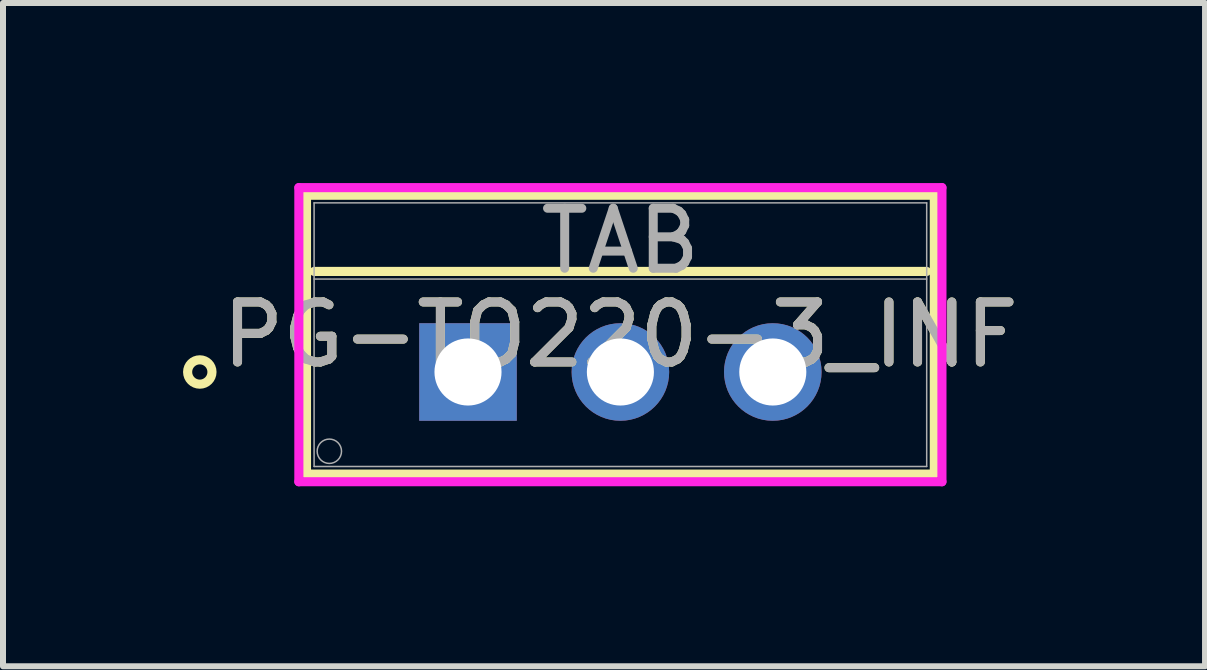
<source format=kicad_pcb>
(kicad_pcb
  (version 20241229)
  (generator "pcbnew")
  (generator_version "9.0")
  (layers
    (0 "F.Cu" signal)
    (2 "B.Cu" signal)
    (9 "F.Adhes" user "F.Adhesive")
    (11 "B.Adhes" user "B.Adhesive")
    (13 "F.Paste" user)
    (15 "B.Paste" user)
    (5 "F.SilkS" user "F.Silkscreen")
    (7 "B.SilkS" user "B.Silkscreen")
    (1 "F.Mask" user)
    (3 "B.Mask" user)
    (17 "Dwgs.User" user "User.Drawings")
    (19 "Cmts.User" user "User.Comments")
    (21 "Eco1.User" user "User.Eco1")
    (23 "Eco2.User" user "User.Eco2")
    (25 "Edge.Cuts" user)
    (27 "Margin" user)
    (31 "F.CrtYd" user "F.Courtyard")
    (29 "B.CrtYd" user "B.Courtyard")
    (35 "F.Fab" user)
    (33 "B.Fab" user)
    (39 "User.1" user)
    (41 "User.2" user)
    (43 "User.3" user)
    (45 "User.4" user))
  (footprint "PG-TO220-3_INF"
    (layer "F.Cu")
    (at 4.75 3.15)
    (property "Reference" "PG-TO220-3_INF" (at 2.54 -0.622 0) (unlocked yes) (layer "F.SilkS") (effects (font (size 1 1) (thickness 0.15))))
    (attr through_hole)
    (fp_line (start -2.692 -2.946) (end -2.692 1.702) (stroke (width 0.152) (type solid)) (layer "F.SilkS"))
    (fp_line (start -2.692 1.702) (end 7.772 1.702) (stroke (width 0.152) (type solid)) (layer "F.SilkS"))
    (fp_line (start -2.565 -1.676) (end 7.645 -1.676) (stroke (width 0.152) (type solid)) (layer "F.SilkS"))
    (fp_line (start 7.772 -2.946) (end -2.692 -2.946) (stroke (width 0.152) (type solid)) (layer "F.SilkS"))
    (fp_line (start 7.772 1.702) (end 7.772 -2.946) (stroke (width 0.152) (type solid)) (layer "F.SilkS"))
    (fp_circle (center -4.47 0) (end -4.267 0) (stroke (width 0.152) (type solid)) (fill no) (layer "F.SilkS"))
    (fp_line (start -2.819 -3.073) (end -2.819 1.829) (stroke (width 0.152) (type solid)) (layer "F.CrtYd"))
    (fp_line (start -2.819 1.829) (end 7.899 1.829) (stroke (width 0.152) (type solid)) (layer "F.CrtYd"))
    (fp_line (start 7.899 -3.073) (end -2.819 -3.073) (stroke (width 0.152) (type solid)) (layer "F.CrtYd"))
    (fp_line (start 7.899 1.829) (end 7.899 -3.073) (stroke (width 0.152) (type solid)) (layer "F.CrtYd"))
    (fp_line (start -2.565 -2.819) (end -2.565 1.575) (stroke (width 0.025) (type solid)) (layer "F.Fab"))
    (fp_line (start -2.565 -1.549) (end 7.645 -1.549) (stroke (width 0.025) (type solid)) (layer "F.Fab"))
    (fp_line (start -2.565 1.575) (end 7.645 1.575) (stroke (width 0.025) (type solid)) (layer "F.Fab"))
    (fp_line (start 7.645 -2.819) (end -2.565 -2.819) (stroke (width 0.025) (type solid)) (layer "F.Fab"))
    (fp_line (start 7.645 1.575) (end 7.645 -2.819) (stroke (width 0.025) (type solid)) (layer "F.Fab"))
    (fp_circle (center -2.311 1.321) (end -2.108 1.321) (stroke (width 0.025) (type solid)) (fill no) (layer "F.Fab"))
    (fp_text user "TAB" (at 2.54 -2.184 0) (unlocked yes) (layer "F.Fab") (effects (font (size 1 1) (thickness 0.15))))
    (fp_text user "${REFERENCE}" (at 2.54 -0.622 0) (unlocked yes) (layer "F.Fab") (effects (font (size 1 1) (thickness 0.15))))
    (pad "1" thru_hole rect (at 0 0) (size 1.626 1.626) (drill 1.118) (layers "*.Cu" "*.Mask"))
    (pad "2" thru_hole circle (at 2.54 0) (size 1.626 1.626) (drill 1.118) (layers "*.Cu" "*.Mask"))
    (pad "3" thru_hole circle (at 5.08 0) (size 1.626 1.626) (drill 1.118) (layers "*.Cu" "*.Mask")))
  (gr_rect
    (start -3 -3)
    (end 17.034 8.055)
    (stroke (width 0.1) (type default))
    (fill no)
    (layer "Edge.Cuts")))
</source>
